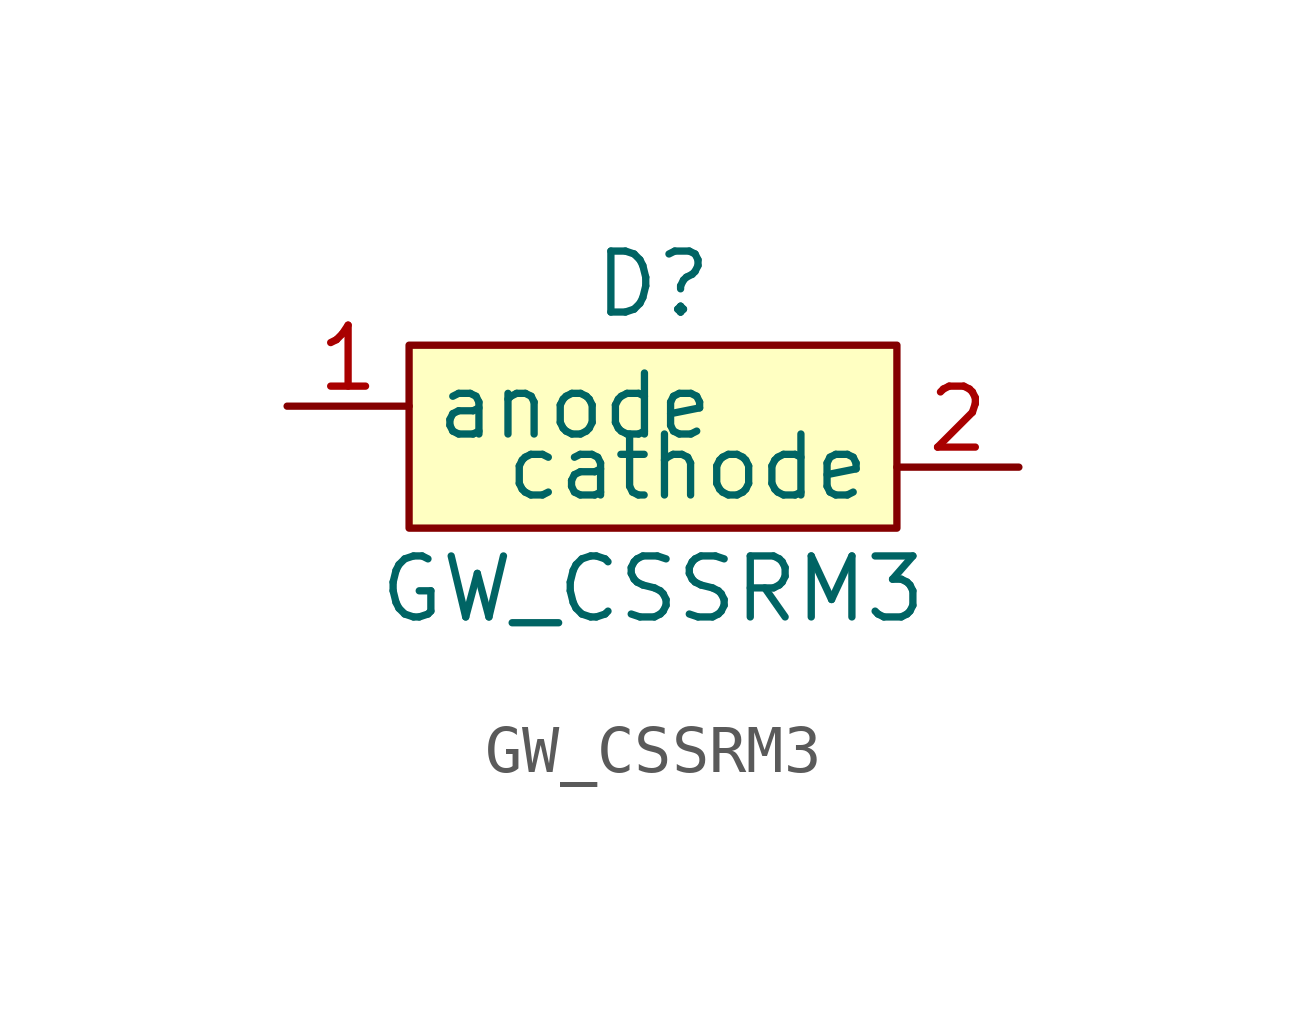
<source format=kicad_sym>
(kicad_symbol_lib
  (version 20220914)
  (generator kicad_symbol_editor)
  (symbol "GW_CSSRM3"
    (property "Reference" "D"
      (at 0 1.27 0)
      (effects (font (size 1.27 1.27))))
    (property "Value" "GW_CSSRM3"
      (at 0 -5.08 0)
      (effects (font (size 1.27 1.27))))
    (symbol "GW_CSSRM3_0_1"
      (rectangle (start -5.08 0) (end 5.08 -3.81) (stroke (width 0) (type default)) (fill (type background))))
    (symbol "GW_CSSRM3_1_1"
      (pin input line (at -7.62 -1.27 0) (length 2.54) (name "anode" (effects (font (size 1.27 1.27)))) (number "1" (effects (font (size 1.27 1.27)))))
      (pin output line (at 7.62 -2.54 180) (length 2.54) (name "cathode" (effects (font (size 1.27 1.27)))) (number "2" (effects (font (size 1.27 1.27)))))
      (pin input line (at 0 -6.35 90) (length 2.54) hide (name "GND" (effects (font (size 1.27 1.27)))) (number "3" (effects (font (size 1.27 1.27))))))))
</source>
